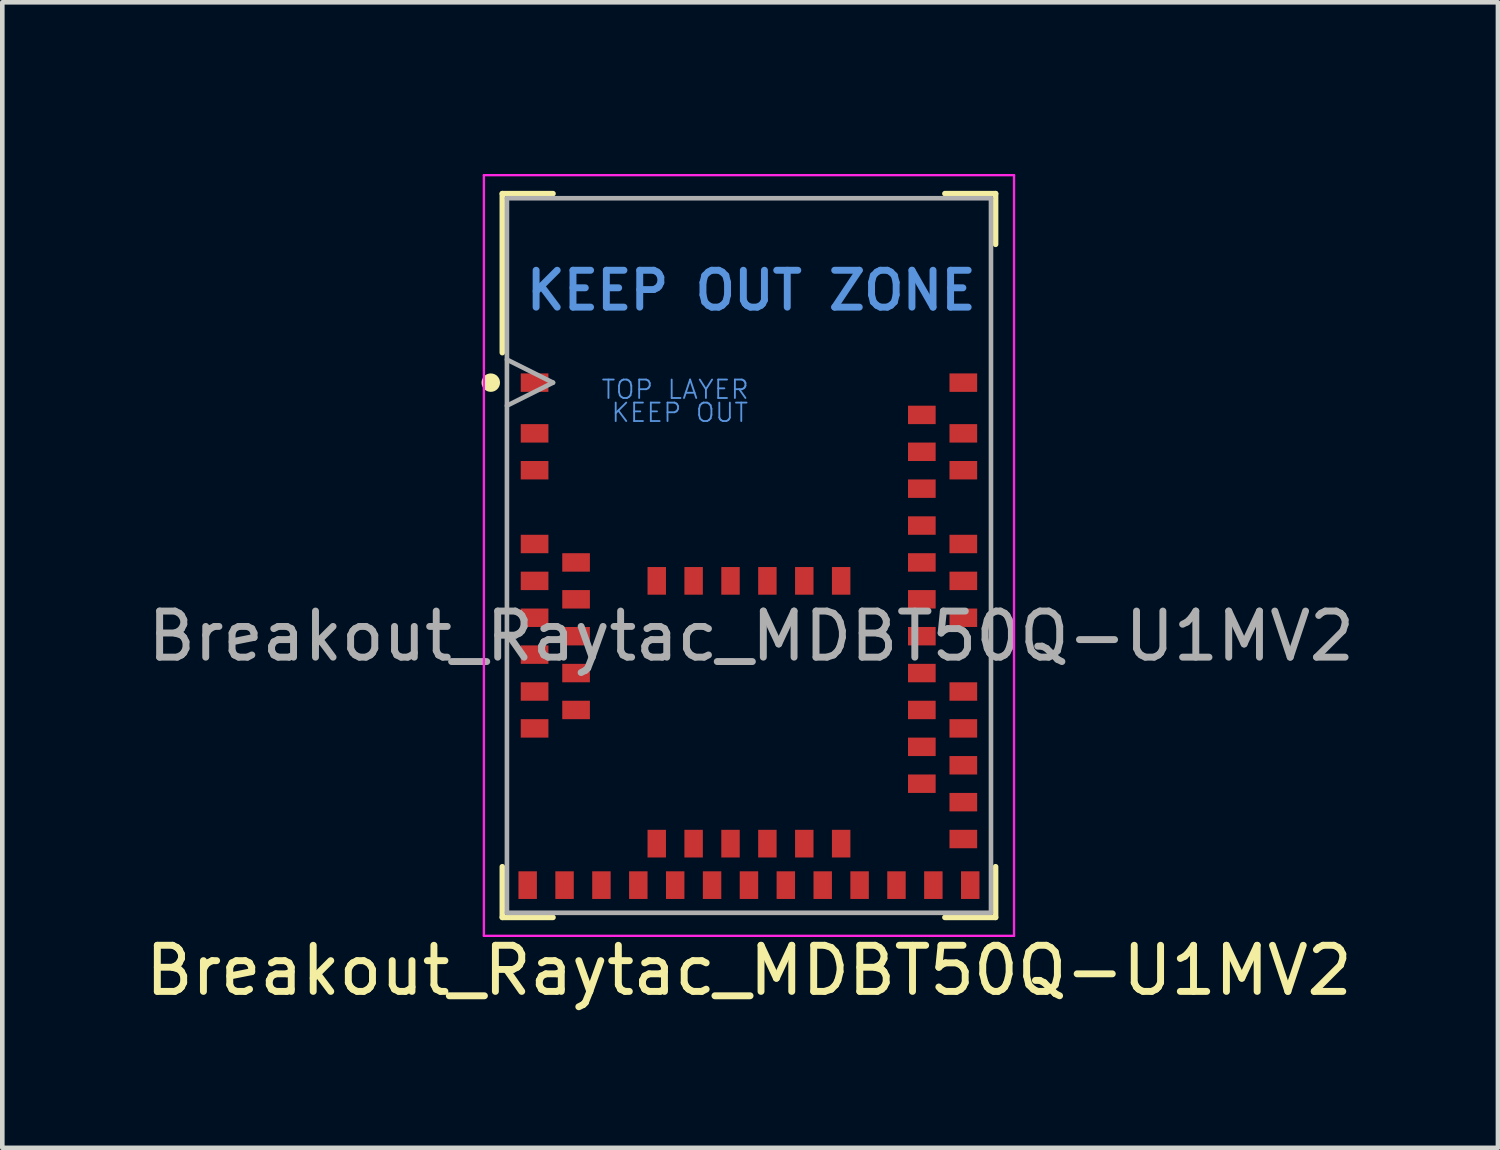
<source format=kicad_pcb>
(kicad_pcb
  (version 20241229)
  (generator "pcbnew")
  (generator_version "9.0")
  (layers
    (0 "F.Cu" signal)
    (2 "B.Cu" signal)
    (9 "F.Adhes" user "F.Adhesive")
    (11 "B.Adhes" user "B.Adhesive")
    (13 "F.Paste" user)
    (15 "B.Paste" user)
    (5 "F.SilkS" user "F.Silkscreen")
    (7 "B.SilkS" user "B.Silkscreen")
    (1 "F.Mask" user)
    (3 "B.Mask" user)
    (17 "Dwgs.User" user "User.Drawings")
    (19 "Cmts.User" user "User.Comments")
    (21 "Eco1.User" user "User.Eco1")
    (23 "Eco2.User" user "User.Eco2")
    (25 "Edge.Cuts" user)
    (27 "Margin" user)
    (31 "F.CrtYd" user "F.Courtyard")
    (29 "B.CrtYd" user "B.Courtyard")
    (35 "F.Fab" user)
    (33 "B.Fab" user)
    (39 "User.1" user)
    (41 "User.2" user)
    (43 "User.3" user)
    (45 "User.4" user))
  (footprint "Breakout_Raytac_MDBT50Q-U1MV2"
    (layer "F.Cu")
    (at 13.196 9)
    (property "Reference" "Breakout_Raytac_MDBT50Q-U1MV2" (at 0 9 0) (layer "F.SilkS") (effects (font (size 1 1) (thickness 0.15))))
    (attr smd)
    (fp_line (start -5.35 -7.85) (end -5.35 -4.4) (stroke (width 0.12) (type solid)) (layer "F.SilkS"))
    (fp_line (start -5.35 6.75) (end -5.35 7.85) (stroke (width 0.12) (type solid)) (layer "F.SilkS"))
    (fp_line (start -5.35 7.85) (end -4.25 7.85) (stroke (width 0.12) (type solid)) (layer "F.SilkS"))
    (fp_line (start -4.25 -7.85) (end -5.35 -7.85) (stroke (width 0.12) (type solid)) (layer "F.SilkS"))
    (fp_line (start 4.25 -7.85) (end 5.35 -7.85) (stroke (width 0.12) (type solid)) (layer "F.SilkS"))
    (fp_line (start 5.35 -7.85) (end 5.35 -6.75) (stroke (width 0.12) (type solid)) (layer "F.SilkS"))
    (fp_line (start 5.35 6.75) (end 5.35 7.85) (stroke (width 0.12) (type solid)) (layer "F.SilkS"))
    (fp_line (start 5.35 7.85) (end 4.25 7.85) (stroke (width 0.12) (type solid)) (layer "F.SilkS"))
    (fp_circle (center -5.6 -3.75) (end -5.5 -3.75) (stroke (width 0.2) (type solid)) (fill no) (layer "F.SilkS"))
    (fp_line (start -5.75 -8.25) (end -5.75 8.25) (stroke (width 0.05) (type solid)) (layer "F.CrtYd"))
    (fp_line (start -5.75 -8.25) (end 5.75 -8.25) (stroke (width 0.05) (type solid)) (layer "F.CrtYd"))
    (fp_line (start -5.75 8.25) (end 5.75 8.25) (stroke (width 0.05) (type solid)) (layer "F.CrtYd"))
    (fp_line (start 5.75 -8.25) (end 5.75 8.25) (stroke (width 0.05) (type solid)) (layer "F.CrtYd"))
    (fp_line (start -5.25 -7.75) (end 5.25 -7.75) (stroke (width 0.1) (type solid)) (layer "F.Fab"))
    (fp_line (start -5.25 7.75) (end -5.25 -7.75) (stroke (width 0.1) (type solid)) (layer "F.Fab"))
    (fp_line (start -4.25 -3.75) (end -5.25 -4.25) (stroke (width 0.1) (type solid)) (layer "F.Fab"))
    (fp_line (start -4.25 -3.75) (end -5.25 -3.25) (stroke (width 0.1) (type solid)) (layer "F.Fab"))
    (fp_line (start 5.25 -7.75) (end 5.25 7.75) (stroke (width 0.1) (type solid)) (layer "F.Fab"))
    (fp_line (start 5.25 7.75) (end -5.25 7.75) (stroke (width 0.1) (type solid)) (layer "F.Fab"))
    (fp_text user "KEEP OUT ZONE" (at 0.05 -5.75 0) (layer "Cmts.User") (effects (font (size 0.8 0.8) (thickness 0.15))))
    (fp_text user "TOP LAYER" (at -1.6 -3.6 0) (layer "Cmts.User") (effects (font (size 0.4 0.4) (thickness 0.04))))
    (fp_text user "KEEP OUT" (at -1.5 -3.1 0) (layer "Cmts.User") (effects (font (size 0.4 0.4) (thickness 0.04))))
    (fp_text user "${REFERENCE}" (at 0.05 1.75 0) (layer "F.Fab") (effects (font (size 1 1) (thickness 0.15))))
    (pad "1" smd rect (at -4.65 -3.75) (size 0.6 0.4) (layers "F.Cu" "F.Mask" "F.Paste"))
    (pad "2" smd rect (at -4.65 -2.65) (size 0.6 0.4) (layers "F.Cu" "F.Mask" "F.Paste"))
    (pad "3" smd rect (at -4.65 -1.85) (size 0.6 0.4) (layers "F.Cu" "F.Mask" "F.Paste"))
    (pad "4" smd rect (at -4.65 -0.25) (size 0.6 0.4) (layers "F.Cu" "F.Mask" "F.Paste"))
    (pad "5" smd rect (at -3.75 0.15) (size 0.6 0.4) (layers "F.Cu" "F.Mask" "F.Paste"))
    (pad "6" smd rect (at -4.65 0.55) (size 0.6 0.4) (layers "F.Cu" "F.Mask" "F.Paste"))
    (pad "7" smd rect (at -3.75 0.95) (size 0.6 0.4) (layers "F.Cu" "F.Mask" "F.Paste"))
    (pad "8" smd rect (at -4.65 1.35) (size 0.6 0.4) (layers "F.Cu" "F.Mask" "F.Paste"))
    (pad "9" smd rect (at -3.75 1.75) (size 0.6 0.4) (layers "F.Cu" "F.Mask" "F.Paste"))
    (pad "10" smd rect (at -4.65 2.15) (size 0.6 0.4) (layers "F.Cu" "F.Mask" "F.Paste"))
    (pad "11" smd rect (at -3.75 2.55) (size 0.6 0.4) (layers "F.Cu" "F.Mask" "F.Paste"))
    (pad "12" smd rect (at -4.65 2.95) (size 0.6 0.4) (layers "F.Cu" "F.Mask" "F.Paste"))
    (pad "13" smd rect (at -3.75 3.35) (size 0.6 0.4) (layers "F.Cu" "F.Mask" "F.Paste"))
    (pad "14" smd rect (at -4.65 3.75) (size 0.6 0.4) (layers "F.Cu" "F.Mask" "F.Paste"))
    (pad "15" smd rect (at -4.8 7.15 90) (size 0.6 0.4) (layers "F.Cu" "F.Mask" "F.Paste"))
    (pad "16" smd rect (at -4 7.15 90) (size 0.6 0.4) (layers "F.Cu" "F.Mask" "F.Paste"))
    (pad "17" smd rect (at -3.2 7.15 90) (size 0.6 0.4) (layers "F.Cu" "F.Mask" "F.Paste"))
    (pad "18" smd rect (at -2.4 7.15 90) (size 0.6 0.4) (layers "F.Cu" "F.Mask" "F.Paste"))
    (pad "19" smd rect (at -2 6.25 90) (size 0.6 0.4) (layers "F.Cu" "F.Mask" "F.Paste"))
    (pad "20" smd rect (at -1.6 7.15 90) (size 0.6 0.4) (layers "F.Cu" "F.Mask" "F.Paste"))
    (pad "21" smd rect (at -1.2 6.25 90) (size 0.6 0.4) (layers "F.Cu" "F.Mask" "F.Paste"))
    (pad "22" smd rect (at -0.8 7.15 90) (size 0.6 0.4) (layers "F.Cu" "F.Mask" "F.Paste"))
    (pad "23" smd rect (at -0.4 6.25 90) (size 0.6 0.4) (layers "F.Cu" "F.Mask" "F.Paste"))
    (pad "24" smd rect (at 0 7.15 90) (size 0.6 0.4) (layers "F.Cu" "F.Mask" "F.Paste"))
    (pad "25" smd rect (at 0.4 6.25 90) (size 0.6 0.4) (layers "F.Cu" "F.Mask" "F.Paste"))
    (pad "26" smd rect (at 0.8 7.15 90) (size 0.6 0.4) (layers "F.Cu" "F.Mask" "F.Paste"))
    (pad "27" smd rect (at 1.2 6.25 90) (size 0.6 0.4) (layers "F.Cu" "F.Mask" "F.Paste"))
    (pad "28" smd rect (at 1.6 7.15 90) (size 0.6 0.4) (layers "F.Cu" "F.Mask" "F.Paste"))
    (pad "29" smd rect (at 2 6.25 90) (size 0.6 0.4) (layers "F.Cu" "F.Mask" "F.Paste"))
    (pad "30" smd rect (at 2.4 7.15 90) (size 0.6 0.4) (layers "F.Cu" "F.Mask" "F.Paste"))
    (pad "31" smd rect (at 3.2 7.15 90) (size 0.6 0.4) (layers "F.Cu" "F.Mask" "F.Paste"))
    (pad "32" smd rect (at 4 7.15 90) (size 0.6 0.4) (layers "F.Cu" "F.Mask" "F.Paste"))
    (pad "33" smd rect (at 4.8 7.15 90) (size 0.6 0.4) (layers "F.Cu" "F.Mask" "F.Paste"))
    (pad "34" smd rect (at 4.65 6.15) (size 0.6 0.4) (layers "F.Cu" "F.Mask" "F.Paste"))
    (pad "35" smd rect (at 4.65 5.35) (size 0.6 0.4) (layers "F.Cu" "F.Mask" "F.Paste"))
    (pad "36" smd rect (at 3.75 4.95) (size 0.6 0.4) (layers "F.Cu" "F.Mask" "F.Paste"))
    (pad "37" smd rect (at 4.65 4.55) (size 0.6 0.4) (layers "F.Cu" "F.Mask" "F.Paste"))
    (pad "38" smd rect (at 3.75 4.15) (size 0.6 0.4) (layers "F.Cu" "F.Mask" "F.Paste"))
    (pad "39" smd rect (at 4.65 3.75) (size 0.6 0.4) (layers "F.Cu" "F.Mask" "F.Paste"))
    (pad "40" smd rect (at 3.75 3.35) (size 0.6 0.4) (layers "F.Cu" "F.Mask" "F.Paste"))
    (pad "41" smd rect (at 4.65 2.95) (size 0.6 0.4) (layers "F.Cu" "F.Mask" "F.Paste"))
    (pad "42" smd rect (at 3.75 2.55) (size 0.6 0.4) (layers "F.Cu" "F.Mask" "F.Paste"))
    (pad "43" smd rect (at 3.75 1.75) (size 0.6 0.4) (layers "F.Cu" "F.Mask" "F.Paste"))
    (pad "44" smd rect (at 4.65 1.35) (size 0.6 0.4) (layers "F.Cu" "F.Mask" "F.Paste"))
    (pad "45" smd rect (at 3.75 0.95) (size 0.6 0.4) (layers "F.Cu" "F.Mask" "F.Paste"))
    (pad "46" smd rect (at 4.65 0.55) (size 0.6 0.4) (layers "F.Cu" "F.Mask" "F.Paste"))
    (pad "47" smd rect (at 3.75 0.15) (size 0.6 0.4) (layers "F.Cu" "F.Mask" "F.Paste"))
    (pad "48" smd rect (at 4.65 -0.25) (size 0.6 0.4) (layers "F.Cu" "F.Mask" "F.Paste"))
    (pad "49" smd rect (at 3.75 -0.65) (size 0.6 0.4) (layers "F.Cu" "F.Mask" "F.Paste"))
    (pad "50" smd rect (at 3.75 -1.45) (size 0.6 0.4) (layers "F.Cu" "F.Mask" "F.Paste"))
    (pad "51" smd rect (at 4.65 -1.85) (size 0.6 0.4) (layers "F.Cu" "F.Mask" "F.Paste"))
    (pad "52" smd rect (at 3.75 -2.25) (size 0.6 0.4) (layers "F.Cu" "F.Mask" "F.Paste"))
    (pad "53" smd rect (at 4.65 -2.65) (size 0.6 0.4) (layers "F.Cu" "F.Mask" "F.Paste"))
    (pad "54" smd rect (at 3.75 -3.05) (size 0.6 0.4) (layers "F.Cu" "F.Mask" "F.Paste"))
    (pad "55" smd rect (at 4.65 -3.75) (size 0.6 0.4) (layers "F.Cu" "F.Mask" "F.Paste"))
    (pad "56" smd rect (at -2 0.55 90) (size 0.6 0.4) (layers "F.Cu" "F.Mask" "F.Paste"))
    (pad "57" smd rect (at -1.2 0.55 90) (size 0.6 0.4) (layers "F.Cu" "F.Mask" "F.Paste"))
    (pad "58" smd rect (at -0.4 0.55 90) (size 0.6 0.4) (layers "F.Cu" "F.Mask" "F.Paste"))
    (pad "59" smd rect (at 0.4 0.55 90) (size 0.6 0.4) (layers "F.Cu" "F.Mask" "F.Paste"))
    (pad "60" smd rect (at 1.2 0.55 90) (size 0.6 0.4) (layers "F.Cu" "F.Mask" "F.Paste"))
    (pad "61" smd rect (at 2 0.55 90) (size 0.6 0.4) (layers "F.Cu" "F.Mask" "F.Paste"))
    (zone (net_name "") (layer "F.Cu") (hatch full 0.508) (connect_pads) (min_thickness 0.254) (filled_areas_thickness no) (keepout (tracks not_allowed) (vias not_allowed) (pads not_allowed) (copperpour not_allowed) (footprints not_allowed)) (placement (enabled no)) (fill) (polygon (pts (xy 12.496 6.25) (xy 10.896 6.25) (xy 10.896 5) (xy 12.496 5))))
    (zone (net_name "") (layers "F.Cu" "B.Cu") (hatch full 0.508) (connect_pads) (min_thickness 0.254) (filled_areas_thickness no) (keepout (tracks not_allowed) (vias not_allowed) (pads not_allowed) (copperpour not_allowed) (footprints not_allowed)) (placement (enabled no)) (fill) (polygon (pts (xy 6.996 5) (xy 19.396 5) (xy 19.396 0) (xy 6.996 0)))))
  (gr_rect
    (start -3 -3)
    (end 29.443 21.848)
    (stroke (width 0.1) (type default))
    (fill no)
    (layer "Edge.Cuts")))
</source>
